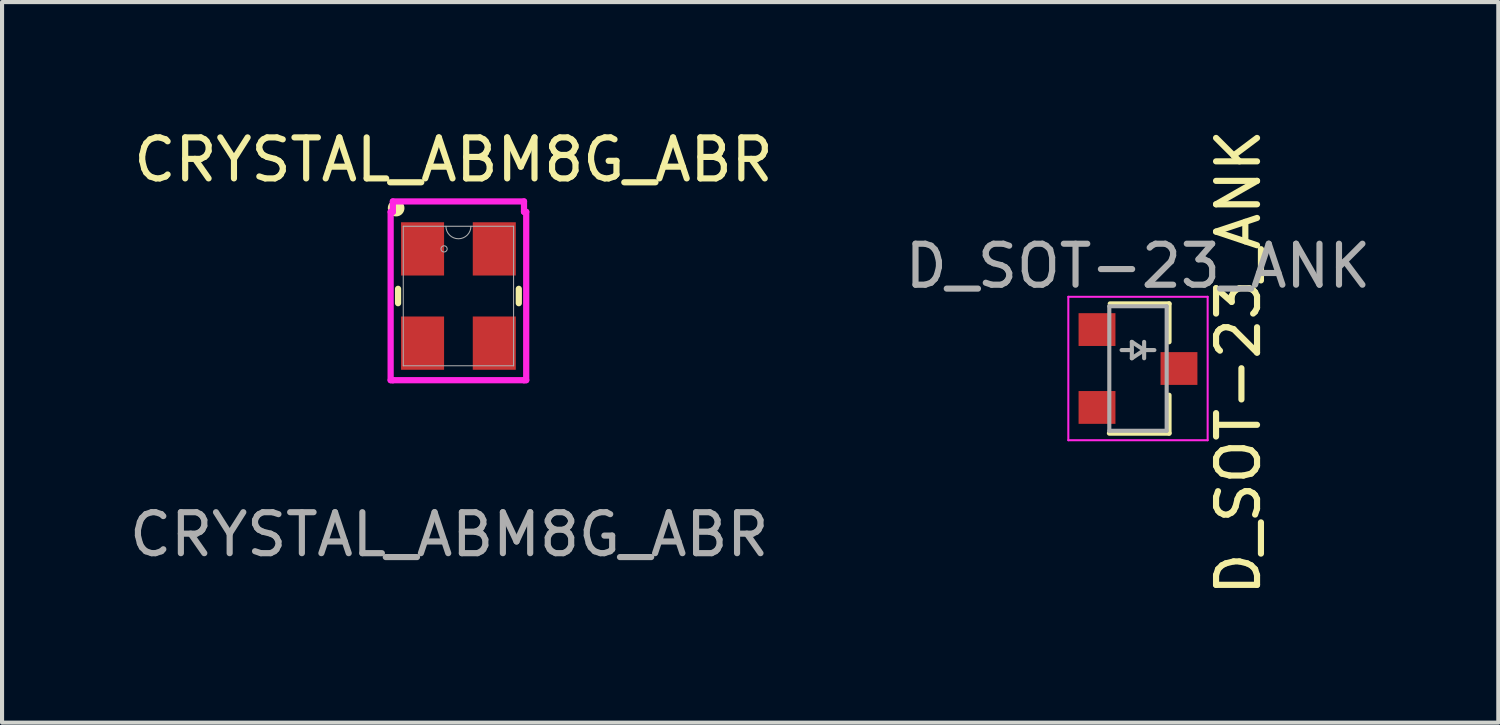
<source format=kicad_pcb>
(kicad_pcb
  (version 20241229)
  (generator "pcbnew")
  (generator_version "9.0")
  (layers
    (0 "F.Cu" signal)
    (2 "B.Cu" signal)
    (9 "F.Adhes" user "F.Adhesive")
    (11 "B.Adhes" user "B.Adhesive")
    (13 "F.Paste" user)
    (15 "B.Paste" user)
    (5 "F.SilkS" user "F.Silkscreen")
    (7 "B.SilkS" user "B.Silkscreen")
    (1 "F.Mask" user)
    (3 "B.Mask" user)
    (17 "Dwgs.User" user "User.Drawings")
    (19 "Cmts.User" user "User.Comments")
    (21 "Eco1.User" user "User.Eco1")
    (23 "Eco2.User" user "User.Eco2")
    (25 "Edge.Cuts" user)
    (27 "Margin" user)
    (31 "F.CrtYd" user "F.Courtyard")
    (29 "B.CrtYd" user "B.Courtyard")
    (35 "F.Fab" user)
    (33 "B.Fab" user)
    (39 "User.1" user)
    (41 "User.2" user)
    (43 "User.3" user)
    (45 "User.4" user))
  (footprint "D_SOT-23_ANK"
    (layer "F.Cu")
    (at 24.718 5.942)
    (property "Reference" "D_SOT-23_ANK" (at 2.45 -0.15 90) (layer "F.SilkS") (effects (font (size 1 1) (thickness 0.15))))
    (attr smd)
    (fp_line (start 0.76 -1.58) (end -0.68 -1.58) (stroke (width 0.12) (type solid)) (layer "F.SilkS"))
    (fp_line (start 0.76 -1.58) (end 0.76 -0.65) (stroke (width 0.12) (type solid)) (layer "F.SilkS"))
    (fp_line (start 0.76 1.58) (end -0.7 1.58) (stroke (width 0.12) (type solid)) (layer "F.SilkS"))
    (fp_line (start 0.76 1.58) (end 0.76 0.65) (stroke (width 0.12) (type solid)) (layer "F.SilkS"))
    (fp_line (start -1.7 -1.75) (end 1.7 -1.75) (stroke (width 0.05) (type solid)) (layer "F.CrtYd"))
    (fp_line (start -1.7 1.75) (end -1.7 -1.75) (stroke (width 0.05) (type solid)) (layer "F.CrtYd"))
    (fp_line (start 1.7 -1.75) (end 1.7 1.75) (stroke (width 0.05) (type solid)) (layer "F.CrtYd"))
    (fp_line (start 1.7 1.75) (end -1.7 1.75) (stroke (width 0.05) (type solid)) (layer "F.CrtYd"))
    (fp_line (start -0.7 -1.52) (end -0.7 1.52) (stroke (width 0.1) (type solid)) (layer "F.Fab"))
    (fp_line (start -0.7 -1.52) (end 0.7 -1.52) (stroke (width 0.1) (type solid)) (layer "F.Fab"))
    (fp_line (start -0.7 1.52) (end 0.7 1.52) (stroke (width 0.1) (type solid)) (layer "F.Fab"))
    (fp_line (start -0.15 -0.65) (end -0.15 -0.25) (stroke (width 0.1) (type solid)) (layer "F.Fab"))
    (fp_line (start -0.15 -0.45) (end -0.4 -0.45) (stroke (width 0.1) (type solid)) (layer "F.Fab"))
    (fp_line (start -0.15 -0.25) (end 0.15 -0.45) (stroke (width 0.1) (type solid)) (layer "F.Fab"))
    (fp_line (start 0.15 -0.65) (end 0.15 -0.25) (stroke (width 0.1) (type solid)) (layer "F.Fab"))
    (fp_line (start 0.15 -0.45) (end -0.15 -0.65) (stroke (width 0.1) (type solid)) (layer "F.Fab"))
    (fp_line (start 0.15 -0.45) (end 0.4 -0.45) (stroke (width 0.1) (type solid)) (layer "F.Fab"))
    (fp_line (start 0.7 -1.52) (end 0.7 1.52) (stroke (width 0.1) (type solid)) (layer "F.Fab"))
    (fp_text user "${REFERENCE}" (at 0 -2.5 0) (layer "F.Fab") (effects (font (size 1 1) (thickness 0.15))))
    (pad "1" smd rect (at -1 -0.95) (size 0.9 0.8) (layers "F.Cu" "F.Mask" "F.Paste"))
    (pad "2" smd rect (at -1 0.95) (size 0.9 0.8) (layers "F.Cu" "F.Mask" "F.Paste"))
    (pad "3" smd rect (at 1 0) (size 0.9 0.8) (layers "F.Cu" "F.Mask" "F.Paste")))
  (footprint "CRYSTAL_ABM8G_ABR"
    (layer "F.Cu")
    (at 8.136 4.173)
    (property "Reference" "CRYSTAL_ABM8G_ABR" (at -0.12 -3.325 0) (unlocked yes) (layer "F.SilkS") (effects (font (size 1 1) (thickness 0.15))))
    (attr smd)
    (fp_line (start -1.473 -0.175) (end -1.473 0.175) (stroke (width 0.152) (type solid)) (layer "F.SilkS"))
    (fp_line (start 1.473 0.175) (end 1.473 -0.175) (stroke (width 0.152) (type solid)) (layer "F.SilkS"))
    (fp_circle (center -1.52 -2.145) (end -1.393 -2.145) (stroke (width 0.152) (type solid)) (fill yes) (layer "F.SilkS"))
    (fp_line (start -1.654 -2.054) (end -1.6 -2.054) (stroke (width 0.152) (type solid)) (layer "F.CrtYd"))
    (fp_line (start -1.654 2.054) (end -1.654 -2.054) (stroke (width 0.152) (type solid)) (layer "F.CrtYd"))
    (fp_line (start -1.654 2.054) (end -1.6 2.054) (stroke (width 0.152) (type solid)) (layer "F.CrtYd"))
    (fp_line (start -1.6 -2.308) (end 1.6 -2.308) (stroke (width 0.152) (type solid)) (layer "F.CrtYd"))
    (fp_line (start -1.6 -2.054) (end -1.6 -2.308) (stroke (width 0.152) (type solid)) (layer "F.CrtYd"))
    (fp_line (start -1.6 2.054) (end -1.6 2.054) (stroke (width 0.152) (type solid)) (layer "F.CrtYd"))
    (fp_line (start 1.6 -2.308) (end 1.6 -2.054) (stroke (width 0.152) (type solid)) (layer "F.CrtYd"))
    (fp_line (start 1.6 2.054) (end -1.6 2.054) (stroke (width 0.152) (type solid)) (layer "F.CrtYd"))
    (fp_line (start 1.6 2.054) (end 1.6 2.054) (stroke (width 0.152) (type solid)) (layer "F.CrtYd"))
    (fp_line (start 1.654 -2.054) (end 1.6 -2.054) (stroke (width 0.152) (type solid)) (layer "F.CrtYd"))
    (fp_line (start 1.654 -2.054) (end 1.654 2.054) (stroke (width 0.152) (type solid)) (layer "F.CrtYd"))
    (fp_line (start 1.654 2.054) (end 1.6 2.054) (stroke (width 0.152) (type solid)) (layer "F.CrtYd"))
    (fp_line (start -1.346 -1.702) (end -1.346 1.702) (stroke (width 0.025) (type solid)) (layer "F.Fab"))
    (fp_line (start -1.346 1.702) (end 1.346 1.702) (stroke (width 0.025) (type solid)) (layer "F.Fab"))
    (fp_line (start 1.346 -1.702) (end -1.346 -1.702) (stroke (width 0.025) (type solid)) (layer "F.Fab"))
    (fp_line (start 1.346 1.702) (end 1.346 -1.702) (stroke (width 0.025) (type solid)) (layer "F.Fab"))
    (fp_arc (start 0.3048 -1.7018) (mid 0 -1.397) (end -0.3048 -1.7018) (stroke (width 0.0254) (type solid)) (layer "F.Fab"))
    (fp_circle (center -0.35 -1.15) (end -0.274 -1.15) (stroke (width 0.025) (type solid)) (fill no) (layer "F.Fab"))
    (fp_text user "${REFERENCE}" (at -0.225 5.82 0) (unlocked yes) (layer "F.Fab") (effects (font (size 1 1) (thickness 0.15))))
    (pad "1" smd rect (at -0.875 -1.15) (size 1.05 1.3) (layers "F.Cu" "F.Mask" "F.Paste"))
    (pad "2" smd rect (at -0.875 1.15) (size 1.05 1.3) (layers "F.Cu" "F.Mask" "F.Paste"))
    (pad "3" smd rect (at 0.875 1.15) (size 1.05 1.3) (layers "F.Cu" "F.Mask" "F.Paste"))
    (pad "4" smd rect (at 0.875 -1.15) (size 1.05 1.3) (layers "F.Cu" "F.Mask" "F.Paste")))
  (gr_rect
    (start -3 -3)
    (end 33.51 14.583)
    (stroke (width 0.1) (type default))
    (fill no)
    (layer "Edge.Cuts")))
</source>
